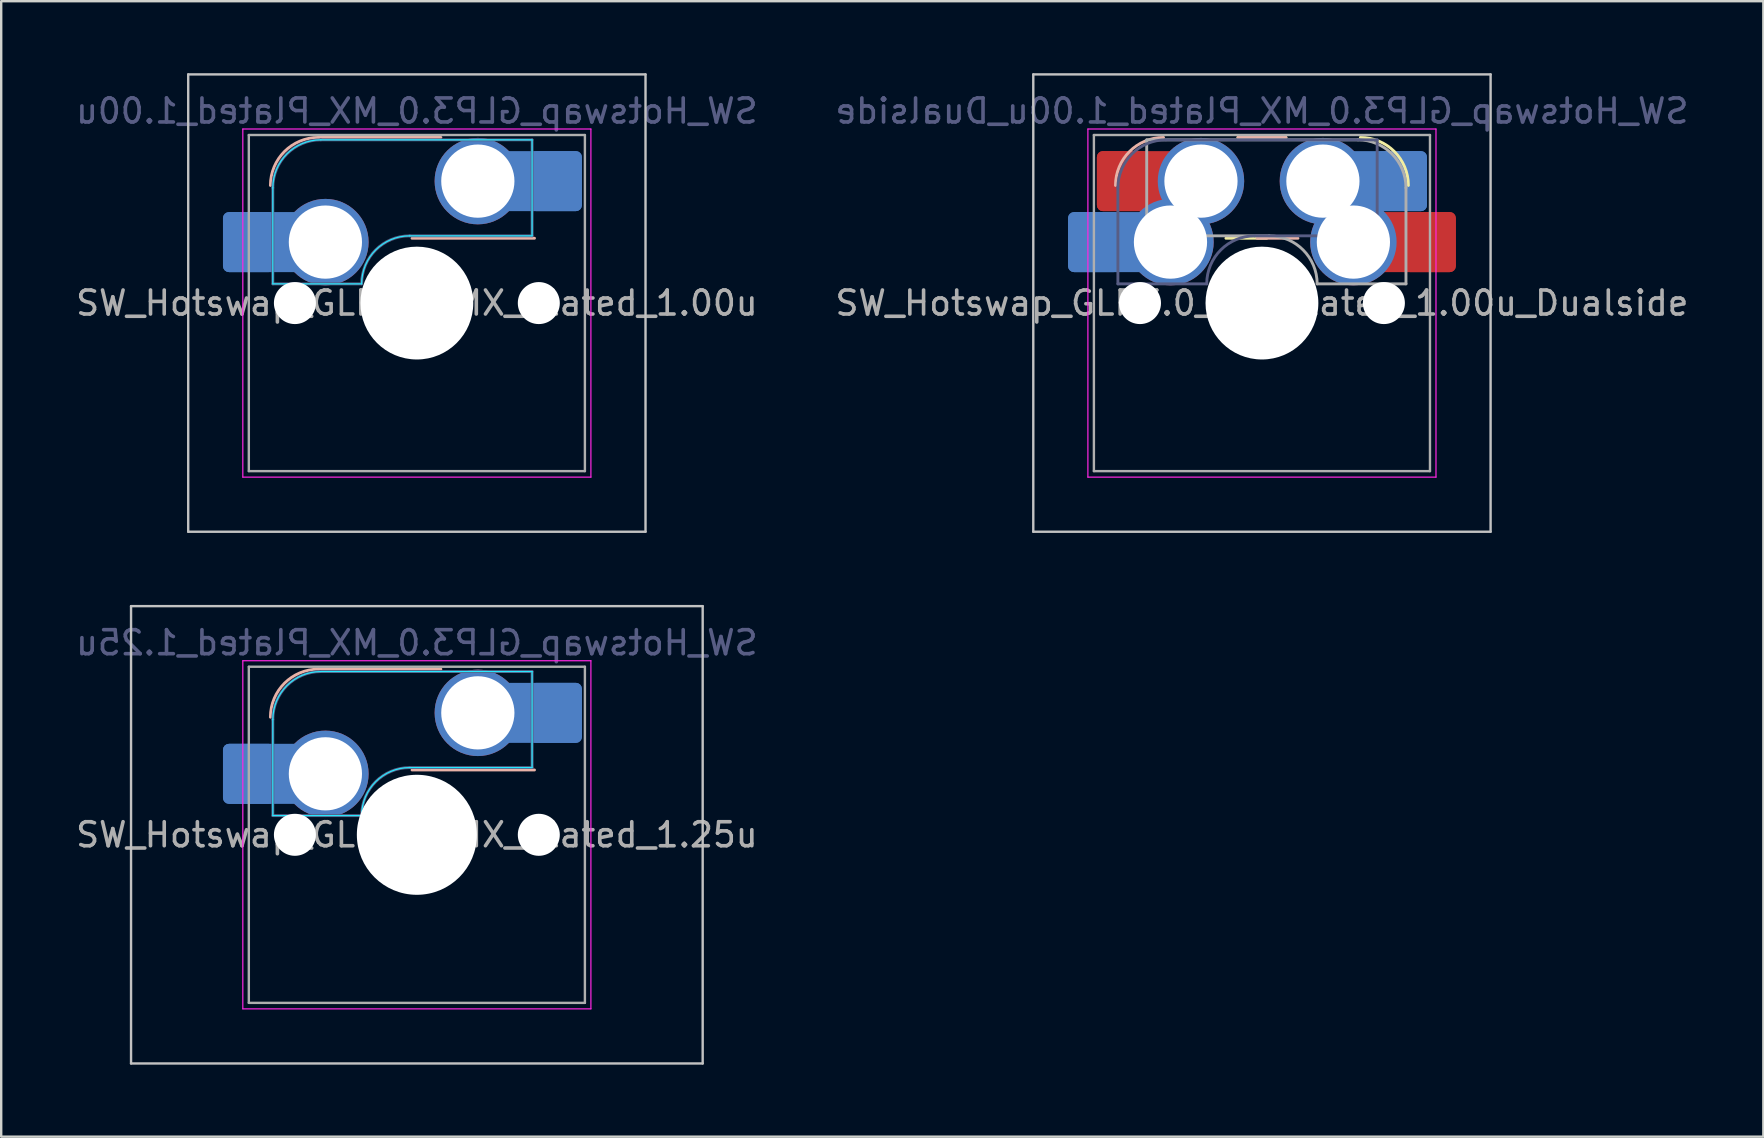
<source format=kicad_pcb>
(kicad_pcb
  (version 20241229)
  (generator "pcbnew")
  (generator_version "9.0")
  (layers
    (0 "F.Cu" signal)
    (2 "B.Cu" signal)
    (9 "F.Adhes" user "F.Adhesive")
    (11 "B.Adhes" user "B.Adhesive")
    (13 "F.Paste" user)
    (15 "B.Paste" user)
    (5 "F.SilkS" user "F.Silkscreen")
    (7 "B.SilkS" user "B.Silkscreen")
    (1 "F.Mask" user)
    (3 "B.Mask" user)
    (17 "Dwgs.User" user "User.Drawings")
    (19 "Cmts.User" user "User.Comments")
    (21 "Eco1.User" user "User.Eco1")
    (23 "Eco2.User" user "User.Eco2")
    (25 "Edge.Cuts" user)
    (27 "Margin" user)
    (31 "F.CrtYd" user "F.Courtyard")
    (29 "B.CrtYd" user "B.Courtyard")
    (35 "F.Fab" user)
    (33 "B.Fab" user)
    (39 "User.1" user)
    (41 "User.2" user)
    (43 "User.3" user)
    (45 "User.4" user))
  (footprint "SW_Hotswap_GLP3.0_MX_Plated_1.25u"
    (layer "F.Cu")
    (at 14.315 31.725)
    (property "Reference" "SW_Hotswap_GLP3.0_MX_Plated_1.25u" (at 0 -8 0) (layer "B.Fab") (effects (font (size 1 1) (thickness 0.15)) (justify mirror)))
    (attr smd)
    (fp_line (start -4.1 -6.9) (end 1 -6.9) (stroke (width 0.12) (type solid)) (layer "B.SilkS"))
    (fp_line (start -0.2 -2.7) (end 4.9 -2.7) (stroke (width 0.12) (type solid)) (layer "B.SilkS"))
    (fp_arc (start -6.1 -4.9) (mid -5.514214 -6.314214) (end -4.1 -6.9) (stroke (width 0.12) (type solid)) (layer "B.SilkS"))
    (fp_line (start -11.906 -9.525) (end -11.906 9.525) (stroke (width 0.1) (type solid)) (layer "Dwgs.User"))
    (fp_line (start -11.906 9.525) (end 11.906 9.525) (stroke (width 0.1) (type solid)) (layer "Dwgs.User"))
    (fp_line (start 11.906 -9.525) (end -11.906 -9.525) (stroke (width 0.1) (type solid)) (layer "Dwgs.User"))
    (fp_line (start 11.906 9.525) (end 11.906 -9.525) (stroke (width 0.1) (type solid)) (layer "Dwgs.User"))
    (fp_line (start -7.8 -6) (end -7 -6) (stroke (width 0.1) (type solid)) (layer "Eco1.User"))
    (fp_line (start -7.8 -2.9) (end -7.8 -6) (stroke (width 0.1) (type solid)) (layer "Eco1.User"))
    (fp_line (start -7.8 2.9) (end -7 2.9) (stroke (width 0.1) (type solid)) (layer "Eco1.User"))
    (fp_line (start -7.8 6) (end -7.8 2.9) (stroke (width 0.1) (type solid)) (layer "Eco1.User"))
    (fp_line (start -7 -7) (end 7 -7) (stroke (width 0.1) (type solid)) (layer "Eco1.User"))
    (fp_line (start -7 -6) (end -7 -7) (stroke (width 0.1) (type solid)) (layer "Eco1.User"))
    (fp_line (start -7 -2.9) (end -7.8 -2.9) (stroke (width 0.1) (type solid)) (layer "Eco1.User"))
    (fp_line (start -7 2.9) (end -7 -2.9) (stroke (width 0.1) (type solid)) (layer "Eco1.User"))
    (fp_line (start -7 6) (end -7.8 6) (stroke (width 0.1) (type solid)) (layer "Eco1.User"))
    (fp_line (start -7 7) (end -7 6) (stroke (width 0.1) (type solid)) (layer "Eco1.User"))
    (fp_line (start 7 -7) (end 7 -6) (stroke (width 0.1) (type solid)) (layer "Eco1.User"))
    (fp_line (start 7 -6) (end 7.8 -6) (stroke (width 0.1) (type solid)) (layer "Eco1.User"))
    (fp_line (start 7 -2.9) (end 7 2.9) (stroke (width 0.1) (type solid)) (layer "Eco1.User"))
    (fp_line (start 7 2.9) (end 7.8 2.9) (stroke (width 0.1) (type solid)) (layer "Eco1.User"))
    (fp_line (start 7 6) (end 7 7) (stroke (width 0.1) (type solid)) (layer "Eco1.User"))
    (fp_line (start 7 7) (end -7 7) (stroke (width 0.1) (type solid)) (layer "Eco1.User"))
    (fp_line (start 7.8 -6) (end 7.8 -2.9) (stroke (width 0.1) (type solid)) (layer "Eco1.User"))
    (fp_line (start 7.8 -2.9) (end 7 -2.9) (stroke (width 0.1) (type solid)) (layer "Eco1.User"))
    (fp_line (start 7.8 2.9) (end 7.8 6) (stroke (width 0.1) (type solid)) (layer "Eco1.User"))
    (fp_line (start 7.8 6) (end 7 6) (stroke (width 0.1) (type solid)) (layer "Eco1.User"))
    (fp_line (start -6 -0.8) (end -6 -4.8) (stroke (width 0.05) (type solid)) (layer "B.CrtYd"))
    (fp_line (start -6 -0.8) (end -2.3 -0.8) (stroke (width 0.05) (type solid)) (layer "B.CrtYd"))
    (fp_line (start -4 -6.8) (end 4.8 -6.8) (stroke (width 0.05) (type solid)) (layer "B.CrtYd"))
    (fp_line (start -0.3 -2.8) (end 4.8 -2.8) (stroke (width 0.05) (type solid)) (layer "B.CrtYd"))
    (fp_line (start 4.8 -6.8) (end 4.8 -2.8) (stroke (width 0.05) (type solid)) (layer "B.CrtYd"))
    (fp_arc (start -6 -4.8) (mid -5.414214 -6.214214) (end -4 -6.8) (stroke (width 0.05) (type solid)) (layer "B.CrtYd"))
    (fp_arc (start -2.3 -0.8) (mid -1.714214 -2.214214) (end -0.3 -2.8) (stroke (width 0.05) (type solid)) (layer "B.CrtYd"))
    (fp_line (start -7.25 -7.25) (end -7.25 7.25) (stroke (width 0.05) (type solid)) (layer "F.CrtYd"))
    (fp_line (start -7.25 7.25) (end 7.25 7.25) (stroke (width 0.05) (type solid)) (layer "F.CrtYd"))
    (fp_line (start 7.25 -7.25) (end -7.25 -7.25) (stroke (width 0.05) (type solid)) (layer "F.CrtYd"))
    (fp_line (start 7.25 7.25) (end 7.25 -7.25) (stroke (width 0.05) (type solid)) (layer "F.CrtYd"))
    (fp_line (start -6 -0.8) (end -6 -4.8) (stroke (width 0.12) (type solid)) (layer "B.Fab"))
    (fp_line (start -6 -0.8) (end -2.3 -0.8) (stroke (width 0.12) (type solid)) (layer "B.Fab"))
    (fp_line (start -4 -6.8) (end 4.8 -6.8) (stroke (width 0.12) (type solid)) (layer "B.Fab"))
    (fp_line (start -0.3 -2.8) (end 4.8 -2.8) (stroke (width 0.12) (type solid)) (layer "B.Fab"))
    (fp_line (start 4.8 -6.8) (end 4.8 -2.8) (stroke (width 0.12) (type solid)) (layer "B.Fab"))
    (fp_arc (start -6 -4.8) (mid -5.414214 -6.214214) (end -4 -6.8) (stroke (width 0.12) (type solid)) (layer "B.Fab"))
    (fp_arc (start -2.3 -0.8) (mid -1.714214 -2.214214) (end -0.3 -2.8) (stroke (width 0.12) (type solid)) (layer "B.Fab"))
    (fp_line (start -7 -7) (end -7 7) (stroke (width 0.1) (type solid)) (layer "F.Fab"))
    (fp_line (start -7 7) (end 7 7) (stroke (width 0.1) (type solid)) (layer "F.Fab"))
    (fp_line (start 7 -7) (end -7 -7) (stroke (width 0.1) (type solid)) (layer "F.Fab"))
    (fp_line (start 7 7) (end 7 -7) (stroke (width 0.1) (type solid)) (layer "F.Fab"))
    (fp_text user "${REFERENCE}" (at 0 0 0) (layer "F.Fab") (effects (font (size 1 1) (thickness 0.15))))
    (pad "" np_thru_hole circle (at -5.08 0) (size 1.75 1.75) (drill 1.75) (layers "*.Cu" "*.Mask"))
    (pad "" np_thru_hole circle (at 0 0) (size 5 5) (drill 5) (layers "*.Cu" "*.Mask"))
    (pad "" np_thru_hole circle (at 5.08 0) (size 1.75 1.75) (drill 1.75) (layers "*.Cu" "*.Mask"))
    (pad "1" smd roundrect (at -6.997 -2.54 180) (size 2.159 2.5) (layers "B.Cu" "B.Mask" "B.Paste") (roundrect_rratio 0.116))
    (pad "1" smd roundrect (at -6.301 -2.54) (size 3.55 2.5) (layers "B.Cu") (roundrect_rratio 0.1))
    (pad "1" thru_hole circle (at -3.81 -2.54) (size 3.6 3.6) (drill 3.05) (layers "*.Cu" "*.Mask"))
    (pad "2" thru_hole circle (at 2.54 -5.08) (size 3.6 3.6) (drill 3.05) (layers "*.Cu" "*.Mask"))
    (pad "2" smd roundrect (at 5.1 -5.08) (size 3.55 2.5) (layers "B.Cu") (roundrect_rratio 0.1))
    (pad "2" smd roundrect (at 5.796 -5.08 180) (size 2.159 2.5) (layers "B.Cu" "B.Mask" "B.Paste") (roundrect_rratio 0.116)))
  (footprint "SW_Hotswap_GLP3.0_MX_Plated_1.00u"
    (layer "F.Cu")
    (at 14.315 9.575)
    (property "Reference" "SW_Hotswap_GLP3.0_MX_Plated_1.00u" (at 0 -8 0) (layer "B.Fab") (effects (font (size 1 1) (thickness 0.15)) (justify mirror)))
    (attr smd)
    (fp_line (start -4.1 -6.9) (end 1 -6.9) (stroke (width 0.12) (type solid)) (layer "B.SilkS"))
    (fp_line (start -0.2 -2.7) (end 4.9 -2.7) (stroke (width 0.12) (type solid)) (layer "B.SilkS"))
    (fp_arc (start -6.1 -4.9) (mid -5.514214 -6.314214) (end -4.1 -6.9) (stroke (width 0.12) (type solid)) (layer "B.SilkS"))
    (fp_line (start -9.525 -9.525) (end -9.525 9.525) (stroke (width 0.1) (type solid)) (layer "Dwgs.User"))
    (fp_line (start -9.525 9.525) (end 9.525 9.525) (stroke (width 0.1) (type solid)) (layer "Dwgs.User"))
    (fp_line (start 9.525 -9.525) (end -9.525 -9.525) (stroke (width 0.1) (type solid)) (layer "Dwgs.User"))
    (fp_line (start 9.525 9.525) (end 9.525 -9.525) (stroke (width 0.1) (type solid)) (layer "Dwgs.User"))
    (fp_line (start -7.8 -6) (end -7 -6) (stroke (width 0.1) (type solid)) (layer "Eco1.User"))
    (fp_line (start -7.8 -2.9) (end -7.8 -6) (stroke (width 0.1) (type solid)) (layer "Eco1.User"))
    (fp_line (start -7.8 2.9) (end -7 2.9) (stroke (width 0.1) (type solid)) (layer "Eco1.User"))
    (fp_line (start -7.8 6) (end -7.8 2.9) (stroke (width 0.1) (type solid)) (layer "Eco1.User"))
    (fp_line (start -7 -7) (end 7 -7) (stroke (width 0.1) (type solid)) (layer "Eco1.User"))
    (fp_line (start -7 -6) (end -7 -7) (stroke (width 0.1) (type solid)) (layer "Eco1.User"))
    (fp_line (start -7 -2.9) (end -7.8 -2.9) (stroke (width 0.1) (type solid)) (layer "Eco1.User"))
    (fp_line (start -7 2.9) (end -7 -2.9) (stroke (width 0.1) (type solid)) (layer "Eco1.User"))
    (fp_line (start -7 6) (end -7.8 6) (stroke (width 0.1) (type solid)) (layer "Eco1.User"))
    (fp_line (start -7 7) (end -7 6) (stroke (width 0.1) (type solid)) (layer "Eco1.User"))
    (fp_line (start 7 -7) (end 7 -6) (stroke (width 0.1) (type solid)) (layer "Eco1.User"))
    (fp_line (start 7 -6) (end 7.8 -6) (stroke (width 0.1) (type solid)) (layer "Eco1.User"))
    (fp_line (start 7 -2.9) (end 7 2.9) (stroke (width 0.1) (type solid)) (layer "Eco1.User"))
    (fp_line (start 7 2.9) (end 7.8 2.9) (stroke (width 0.1) (type solid)) (layer "Eco1.User"))
    (fp_line (start 7 6) (end 7 7) (stroke (width 0.1) (type solid)) (layer "Eco1.User"))
    (fp_line (start 7 7) (end -7 7) (stroke (width 0.1) (type solid)) (layer "Eco1.User"))
    (fp_line (start 7.8 -6) (end 7.8 -2.9) (stroke (width 0.1) (type solid)) (layer "Eco1.User"))
    (fp_line (start 7.8 -2.9) (end 7 -2.9) (stroke (width 0.1) (type solid)) (layer "Eco1.User"))
    (fp_line (start 7.8 2.9) (end 7.8 6) (stroke (width 0.1) (type solid)) (layer "Eco1.User"))
    (fp_line (start 7.8 6) (end 7 6) (stroke (width 0.1) (type solid)) (layer "Eco1.User"))
    (fp_line (start -6 -0.8) (end -6 -4.8) (stroke (width 0.05) (type solid)) (layer "B.CrtYd"))
    (fp_line (start -6 -0.8) (end -2.3 -0.8) (stroke (width 0.05) (type solid)) (layer "B.CrtYd"))
    (fp_line (start -4 -6.8) (end 4.8 -6.8) (stroke (width 0.05) (type solid)) (layer "B.CrtYd"))
    (fp_line (start -0.3 -2.8) (end 4.8 -2.8) (stroke (width 0.05) (type solid)) (layer "B.CrtYd"))
    (fp_line (start 4.8 -6.8) (end 4.8 -2.8) (stroke (width 0.05) (type solid)) (layer "B.CrtYd"))
    (fp_arc (start -6 -4.8) (mid -5.414214 -6.214214) (end -4 -6.8) (stroke (width 0.05) (type solid)) (layer "B.CrtYd"))
    (fp_arc (start -2.3 -0.8) (mid -1.714214 -2.214214) (end -0.3 -2.8) (stroke (width 0.05) (type solid)) (layer "B.CrtYd"))
    (fp_line (start -7.25 -7.25) (end -7.25 7.25) (stroke (width 0.05) (type solid)) (layer "F.CrtYd"))
    (fp_line (start -7.25 7.25) (end 7.25 7.25) (stroke (width 0.05) (type solid)) (layer "F.CrtYd"))
    (fp_line (start 7.25 -7.25) (end -7.25 -7.25) (stroke (width 0.05) (type solid)) (layer "F.CrtYd"))
    (fp_line (start 7.25 7.25) (end 7.25 -7.25) (stroke (width 0.05) (type solid)) (layer "F.CrtYd"))
    (fp_line (start -6 -0.8) (end -6 -4.8) (stroke (width 0.12) (type solid)) (layer "B.Fab"))
    (fp_line (start -6 -0.8) (end -2.3 -0.8) (stroke (width 0.12) (type solid)) (layer "B.Fab"))
    (fp_line (start -4 -6.8) (end 4.8 -6.8) (stroke (width 0.12) (type solid)) (layer "B.Fab"))
    (fp_line (start -0.3 -2.8) (end 4.8 -2.8) (stroke (width 0.12) (type solid)) (layer "B.Fab"))
    (fp_line (start 4.8 -6.8) (end 4.8 -2.8) (stroke (width 0.12) (type solid)) (layer "B.Fab"))
    (fp_arc (start -6 -4.8) (mid -5.414214 -6.214214) (end -4 -6.8) (stroke (width 0.12) (type solid)) (layer "B.Fab"))
    (fp_arc (start -2.3 -0.8) (mid -1.714214 -2.214214) (end -0.3 -2.8) (stroke (width 0.12) (type solid)) (layer "B.Fab"))
    (fp_line (start -7 -7) (end -7 7) (stroke (width 0.1) (type solid)) (layer "F.Fab"))
    (fp_line (start -7 7) (end 7 7) (stroke (width 0.1) (type solid)) (layer "F.Fab"))
    (fp_line (start 7 -7) (end -7 -7) (stroke (width 0.1) (type solid)) (layer "F.Fab"))
    (fp_line (start 7 7) (end 7 -7) (stroke (width 0.1) (type solid)) (layer "F.Fab"))
    (fp_text user "${REFERENCE}" (at 0 0 0) (layer "F.Fab") (effects (font (size 1 1) (thickness 0.15))))
    (pad "" np_thru_hole circle (at -5.08 0) (size 1.75 1.75) (drill 1.75) (layers "*.Cu" "*.Mask"))
    (pad "" np_thru_hole circle (at 0 0) (size 4.7 4.7) (drill 4.7) (layers "*.Cu" "*.Mask"))
    (pad "" np_thru_hole circle (at 5.08 0) (size 1.75 1.75) (drill 1.75) (layers "*.Cu" "*.Mask"))
    (pad "1" smd roundrect (at -6.997 -2.54 180) (size 2.159 2.5) (layers "B.Cu" "B.Mask" "B.Paste") (roundrect_rratio 0.116))
    (pad "1" smd roundrect (at -6.301 -2.54) (size 3.55 2.5) (layers "B.Cu") (roundrect_rratio 0.1))
    (pad "1" thru_hole circle (at -3.81 -2.54) (size 3.6 3.6) (drill 3.05) (layers "*.Cu" "*.Mask"))
    (pad "2" thru_hole circle (at 2.54 -5.08) (size 3.6 3.6) (drill 3.05) (layers "*.Cu" "*.Mask"))
    (pad "2" smd roundrect (at 5.1 -5.08) (size 3.55 2.5) (layers "B.Cu") (roundrect_rratio 0.1))
    (pad "2" smd roundrect (at 5.796 -5.08 180) (size 2.159 2.5) (layers "B.Cu" "B.Mask" "B.Paste") (roundrect_rratio 0.116)))
  (footprint "SW_Hotswap_GLP3.0_MX_Plated_1.00u_Dualside"
    (layer "F.Cu")
    (at 49.518 9.575)
    (property "Reference" "SW_Hotswap_GLP3.0_MX_Plated_1.00u_Dualside" (at 0 -8 0) (layer "B.Fab") (effects (font (size 1 1) (thickness 0.15)) (justify mirror)))
    (attr smd)
    (fp_line (start 0.2 -2.7) (end -1.5 -2.7) (stroke (width 0.12) (type solid)) (layer "F.SilkS"))
    (fp_line (start 1 -6.9) (end -1 -6.9) (stroke (width 0.12) (type solid)) (layer "F.SilkS"))
    (fp_arc (start 4.1 -6.9) (mid 5.514214 -6.314214) (end 6.1 -4.9) (stroke (width 0.12) (type solid)) (layer "F.SilkS"))
    (fp_line (start -1 -6.9) (end 1 -6.9) (stroke (width 0.12) (type solid)) (layer "B.SilkS"))
    (fp_line (start -0.2 -2.7) (end 1.5 -2.7) (stroke (width 0.12) (type solid)) (layer "B.SilkS"))
    (fp_arc (start -6.1 -4.9) (mid -5.514214 -6.314214) (end -4.1 -6.9) (stroke (width 0.12) (type solid)) (layer "B.SilkS"))
    (fp_line (start -9.525 -9.525) (end -9.525 9.525) (stroke (width 0.1) (type solid)) (layer "Dwgs.User"))
    (fp_line (start -9.525 9.525) (end 9.525 9.525) (stroke (width 0.1) (type solid)) (layer "Dwgs.User"))
    (fp_line (start 9.525 -9.525) (end -9.525 -9.525) (stroke (width 0.1) (type solid)) (layer "Dwgs.User"))
    (fp_line (start 9.525 9.525) (end 9.525 -9.525) (stroke (width 0.1) (type solid)) (layer "Dwgs.User"))
    (fp_line (start -7.8 -6) (end -7 -6) (stroke (width 0.1) (type solid)) (layer "Eco1.User"))
    (fp_line (start -7.8 -2.9) (end -7.8 -6) (stroke (width 0.1) (type solid)) (layer "Eco1.User"))
    (fp_line (start -7.8 2.9) (end -7 2.9) (stroke (width 0.1) (type solid)) (layer "Eco1.User"))
    (fp_line (start -7.8 6) (end -7.8 2.9) (stroke (width 0.1) (type solid)) (layer "Eco1.User"))
    (fp_line (start -7 -7) (end -7 -6) (stroke (width 0.1) (type solid)) (layer "Eco1.User"))
    (fp_line (start -7 -7) (end 7 -7) (stroke (width 0.1) (type solid)) (layer "Eco1.User"))
    (fp_line (start -7 -6) (end -7 -7) (stroke (width 0.1) (type solid)) (layer "Eco1.User"))
    (fp_line (start -7 -2.9) (end -7.8 -2.9) (stroke (width 0.1) (type solid)) (layer "Eco1.User"))
    (fp_line (start -7 2.9) (end -7 -2.9) (stroke (width 0.1) (type solid)) (layer "Eco1.User"))
    (fp_line (start -7 6) (end -7.8 6) (stroke (width 0.1) (type solid)) (layer "Eco1.User"))
    (fp_line (start -7 7) (end -7 6) (stroke (width 0.1) (type solid)) (layer "Eco1.User"))
    (fp_line (start 7 -7) (end -7 -7) (stroke (width 0.1) (type solid)) (layer "Eco1.User"))
    (fp_line (start 7 -7) (end 7 -6) (stroke (width 0.1) (type solid)) (layer "Eco1.User"))
    (fp_line (start 7 -6) (end 7 -7) (stroke (width 0.1) (type solid)) (layer "Eco1.User"))
    (fp_line (start 7 -6) (end 7.8 -6) (stroke (width 0.1) (type solid)) (layer "Eco1.User"))
    (fp_line (start 7 -2.9) (end 7 2.9) (stroke (width 0.1) (type solid)) (layer "Eco1.User"))
    (fp_line (start 7 -2.9) (end 7.8 -2.9) (stroke (width 0.1) (type solid)) (layer "Eco1.User"))
    (fp_line (start 7 2.9) (end 7.8 2.9) (stroke (width 0.1) (type solid)) (layer "Eco1.User"))
    (fp_line (start 7 6) (end 7 7) (stroke (width 0.1) (type solid)) (layer "Eco1.User"))
    (fp_line (start 7 7) (end -7 7) (stroke (width 0.1) (type solid)) (layer "Eco1.User"))
    (fp_line (start 7.8 -6) (end 7.8 -2.9) (stroke (width 0.1) (type solid)) (layer "Eco1.User"))
    (fp_line (start 7.8 2.9) (end 7.8 6) (stroke (width 0.1) (type solid)) (layer "Eco1.User"))
    (fp_line (start 7.8 6) (end 7 6) (stroke (width 0.1) (type solid)) (layer "Eco1.User"))
    (fp_line (start -7.25 -7.25) (end -7.25 7.25) (stroke (width 0.05) (type solid)) (layer "F.CrtYd"))
    (fp_line (start -7.25 7.25) (end 7.25 7.25) (stroke (width 0.05) (type solid)) (layer "F.CrtYd"))
    (fp_line (start 7.25 -7.25) (end -7.25 -7.25) (stroke (width 0.05) (type solid)) (layer "F.CrtYd"))
    (fp_line (start 7.25 7.25) (end 7.25 -7.25) (stroke (width 0.05) (type solid)) (layer "F.CrtYd"))
    (fp_line (start -6 -0.8) (end -6 -4.8) (stroke (width 0.12) (type solid)) (layer "B.Fab"))
    (fp_line (start -6 -0.8) (end -2.3 -0.8) (stroke (width 0.12) (type solid)) (layer "B.Fab"))
    (fp_line (start -4 -6.8) (end 4.8 -6.8) (stroke (width 0.12) (type solid)) (layer "B.Fab"))
    (fp_line (start -0.3 -2.8) (end 4.8 -2.8) (stroke (width 0.12) (type solid)) (layer "B.Fab"))
    (fp_line (start 4.8 -6.8) (end 4.8 -2.8) (stroke (width 0.12) (type solid)) (layer "B.Fab"))
    (fp_arc (start -6 -4.8) (mid -5.414214 -6.214214) (end -4 -6.8) (stroke (width 0.12) (type solid)) (layer "B.Fab"))
    (fp_arc (start -2.3 -0.8) (mid -1.714214 -2.214214) (end -0.3 -2.8) (stroke (width 0.12) (type solid)) (layer "B.Fab"))
    (fp_line (start -7 -7) (end -7 7) (stroke (width 0.1) (type solid)) (layer "F.Fab"))
    (fp_line (start -7 7) (end 7 7) (stroke (width 0.1) (type solid)) (layer "F.Fab"))
    (fp_line (start -4.8 -6.8) (end -4.8 -2.8) (stroke (width 0.12) (type solid)) (layer "F.Fab"))
    (fp_line (start 0.3 -2.8) (end -4.8 -2.8) (stroke (width 0.12) (type solid)) (layer "F.Fab"))
    (fp_line (start 4 -6.8) (end -4.8 -6.8) (stroke (width 0.12) (type solid)) (layer "F.Fab"))
    (fp_line (start 6 -0.8) (end 2.3 -0.8) (stroke (width 0.12) (type solid)) (layer "F.Fab"))
    (fp_line (start 6 -0.8) (end 6 -4.8) (stroke (width 0.12) (type solid)) (layer "F.Fab"))
    (fp_line (start 7 -7) (end -7 -7) (stroke (width 0.1) (type solid)) (layer "F.Fab"))
    (fp_line (start 7 7) (end 7 -7) (stroke (width 0.1) (type solid)) (layer "F.Fab"))
    (fp_arc (start 0.3 -2.8) (mid 1.714214 -2.214214) (end 2.3 -0.8) (stroke (width 0.12) (type solid)) (layer "F.Fab"))
    (fp_arc (start 4 -6.8) (mid 5.414214 -6.214214) (end 6 -4.8) (stroke (width 0.12) (type solid)) (layer "F.Fab"))
    (fp_text user "${REFERENCE}" (at 0 0 0) (layer "F.Fab") (effects (font (size 1 1) (thickness 0.15))))
    (pad "" np_thru_hole circle (at -5.08 0) (size 1.75 1.75) (drill 1.75) (layers "*.Cu" "*.Mask"))
    (pad "" np_thru_hole circle (at 0 0) (size 4.7 4.7) (drill 4.7) (layers "*.Cu" "*.Mask"))
    (pad "" np_thru_hole circle (at 5.08 0) (size 1.75 1.75) (drill 1.75) (layers "*.Cu" "*.Mask"))
    (pad "1" smd roundrect (at -6.997 -2.54 180) (size 2.159 2.5) (layers "B.Cu" "B.Mask" "B.Paste") (roundrect_rratio 0.116))
    (pad "1" smd roundrect (at -6.301 -2.54) (size 3.55 2.5) (layers "B.Cu") (roundrect_rratio 0.1))
    (pad "1" smd roundrect (at -5.796 -5.08 180) (size 2.159 2.5) (layers "F.Cu" "F.Mask" "F.Paste") (roundrect_rratio 0.116))
    (pad "1" smd roundrect (at -5.1 -5.08) (size 3.55 2.5) (layers "F.Cu") (roundrect_rratio 0.1))
    (pad "1" thru_hole circle (at -3.81 -2.54) (size 3.6 3.6) (drill 3.05) (layers "*.Cu" "*.Mask"))
    (pad "1" thru_hole circle (at -2.54 -5.08) (size 3.6 3.6) (drill 3.05) (layers "*.Cu" "*.Mask"))
    (pad "2" thru_hole circle (at 2.54 -5.08) (size 3.6 3.6) (drill 3.05) (layers "*.Cu" "*.Mask"))
    (pad "2" thru_hole circle (at 3.81 -2.54) (size 3.6 3.6) (drill 3.05) (layers "*.Cu" "*.Mask"))
    (pad "2" smd roundrect (at 5.1 -5.08) (size 3.55 2.5) (layers "B.Cu") (roundrect_rratio 0.1))
    (pad "2" smd roundrect (at 5.796 -5.08 180) (size 2.159 2.5) (layers "B.Cu" "B.Mask" "B.Paste") (roundrect_rratio 0.116))
    (pad "2" smd roundrect (at 6.301 -2.54) (size 3.55 2.5) (layers "F.Cu") (roundrect_rratio 0.1))
    (pad "2" smd roundrect (at 6.997 -2.54 180) (size 2.159 2.5) (layers "F.Cu" "F.Mask" "F.Paste") (roundrect_rratio 0.116)))
  (gr_rect
    (start -3 -3)
    (end 70.405 44.3)
    (stroke (width 0.1) (type default))
    (fill no)
    (layer "Edge.Cuts")))
</source>
